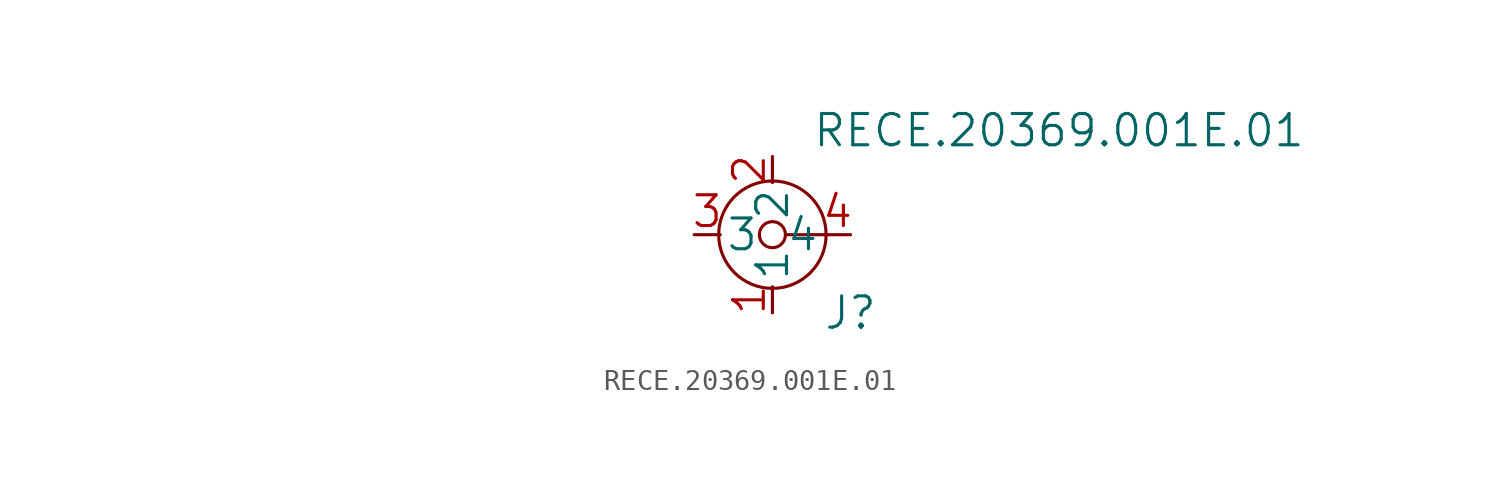
<source format=kicad_sym>
(kicad_symbol_lib
  (version 20211014)
  (generator kicad_symbol_editor)
  (symbol "RECE.20369.001E.01"
    (pin_names
      (offset 0.254))
    (property "Reference" "J"
      (at 31.75 -3.81 0)
      (effects (font (size 1.524 1.524))))
    (property "Value" "RECE.20369.001E.01"
      (at 41.91 5.08 0)
      (effects (font (size 1.524 1.524))))
    (property "Datasheet" ""
      (at 0 0 0)
      (effects (font (size 1.524 1.524))))
    (property "ki_locked" ""
      (at 0 0 0)
      (effects (font (size 1.27 1.27))))
    (symbol "RECE.20369.001E.01_1_1"
      (polyline (pts (xy 30.48 0) (xy 28.575 0)) (stroke (width 0) (type default) (color 0 0 0 0)) (fill (type none)))
      (circle (center 27.94 0) (radius 0.635) (stroke (width 0) (type default) (color 0 0 0 0)) (fill (type none)))
      (circle (center 27.94 0) (radius 2.618) (stroke (width 0) (type default) (color 0 0 0 0)) (fill (type none)))
      (pin unspecified line (at 27.94 -3.81 90) (length 1.27) (name "1" (effects (font (size 1.499 1.499)))) (number "1" (effects (font (size 1.499 1.499)))))
      (pin unspecified line (at 27.94 3.81 270) (length 1.27) (name "2" (effects (font (size 1.499 1.499)))) (number "2" (effects (font (size 1.499 1.499)))))
      (pin unspecified line (at 24.13 0 0) (length 1.27) (name "3" (effects (font (size 1.499 1.499)))) (number "3" (effects (font (size 1.499 1.499)))))
      (pin unspecified line (at 31.75 0 180) (length 1.27) (name "4" (effects (font (size 1.499 1.499)))) (number "4" (effects (font (size 1.499 1.499))))))))
</source>
